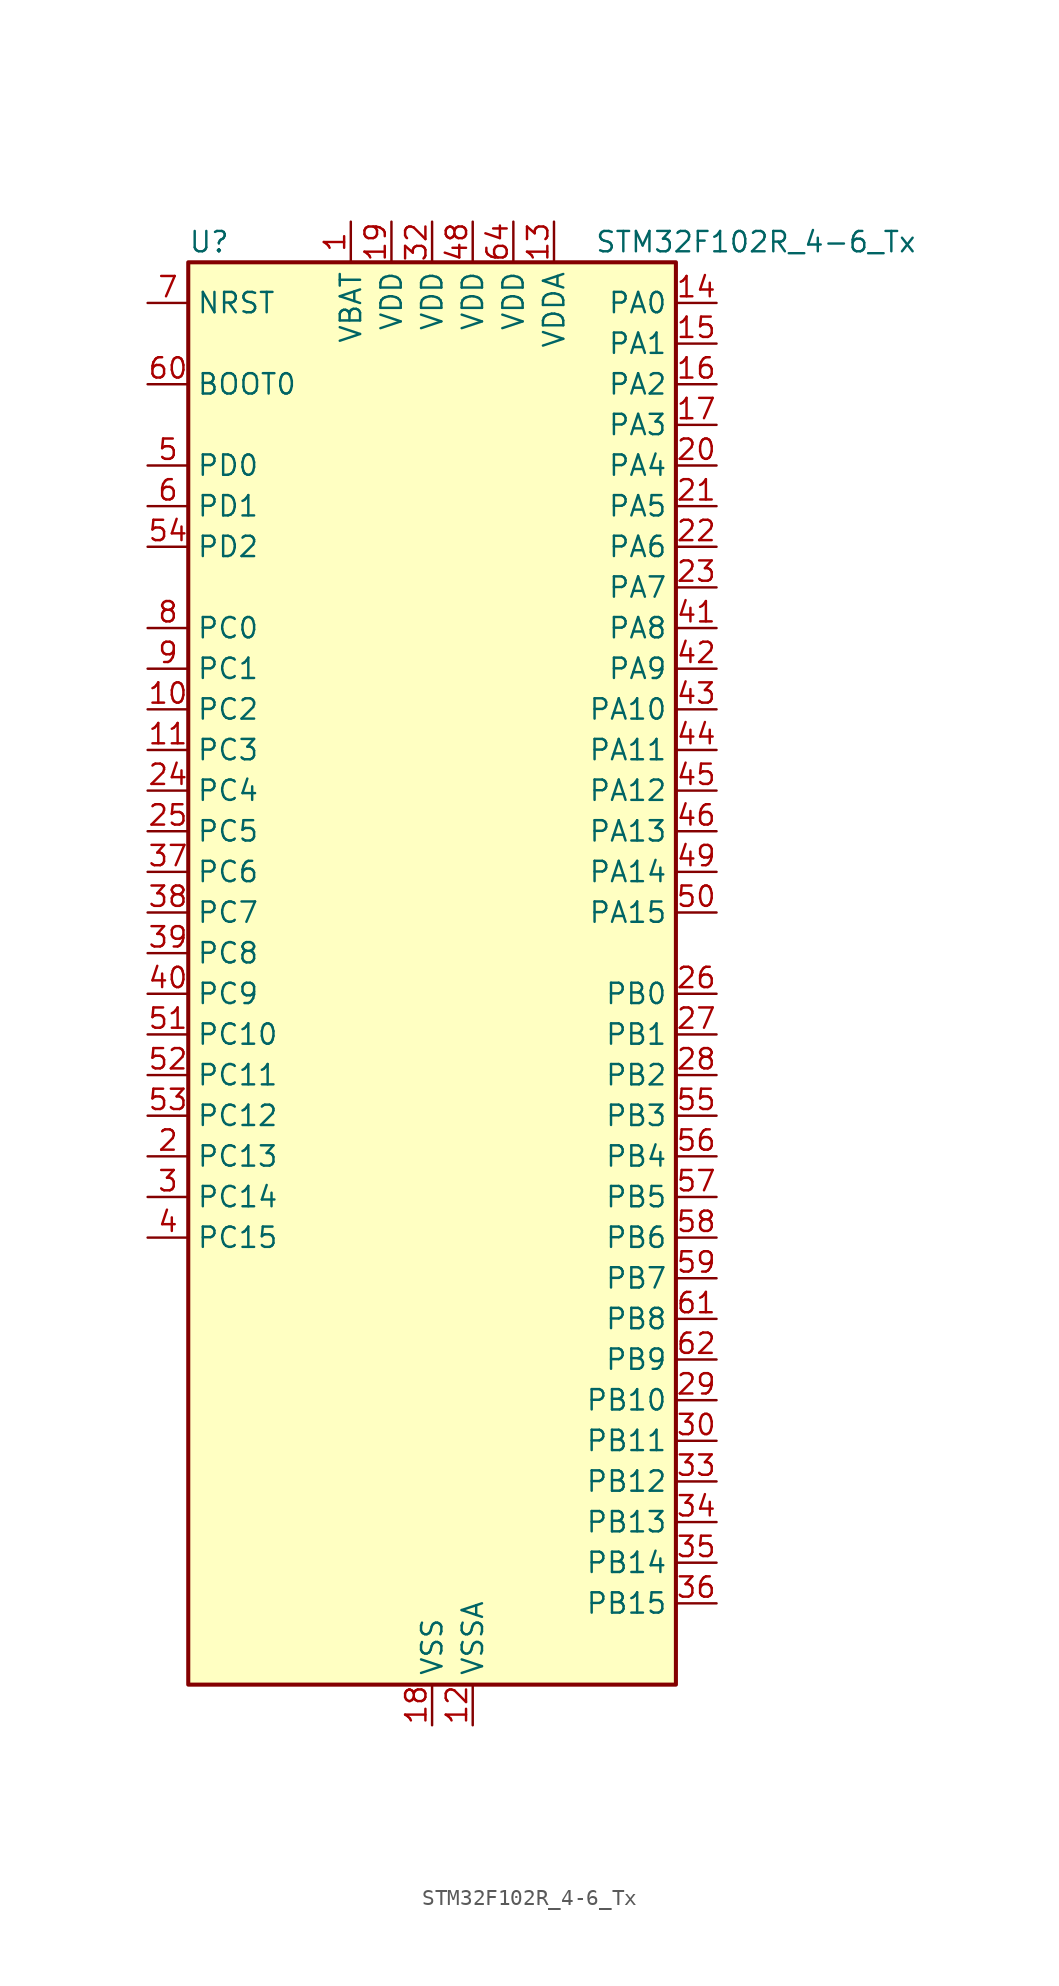
<source format=kicad_sym>
(kicad_symbol_lib
  (version 20220914)
  (generator kicad_symbol_editor)
  (symbol "STM32F102R_4-6_Tx"
    (property "Reference" "U"
      (at -15.24 46.99 0)
      (effects (font (size 1.27 1.27)) (justify left)))
    (property "Value" "STM32F102R_4-6_Tx"
      (at 10.16 46.99 0)
      (effects (font (size 1.27 1.27)) (justify left)))
    (property "ki_locked" ""
      (at 0 0 0)
      (effects (font (size 1.27 1.27))))
    (symbol "STM32F102R_4-6_Tx_0_1"
      (rectangle (start -15.24 -43.18) (end 15.24 45.72) (stroke (width 0.254) (type default)) (fill (type background))))
    (symbol "STM32F102R_4-6_Tx_1_1"
      (pin power_in line (at -5.08 48.26 270) (length 2.54) (name "VBAT" (effects (font (size 1.27 1.27)))) (number "1" (effects (font (size 1.27 1.27)))))
      (pin bidirectional line (at -17.78 17.78 0) (length 2.54) (name "PC2" (effects (font (size 1.27 1.27)))) (number "10" (effects (font (size 1.27 1.27)))) (alternate "ADC1_IN12" bidirectional line))
      (pin bidirectional line (at -17.78 15.24 0) (length 2.54) (name "PC3" (effects (font (size 1.27 1.27)))) (number "11" (effects (font (size 1.27 1.27)))) (alternate "ADC1_IN13" bidirectional line))
      (pin power_in line (at 2.54 -45.72 90) (length 2.54) (name "VSSA" (effects (font (size 1.27 1.27)))) (number "12" (effects (font (size 1.27 1.27)))))
      (pin power_in line (at 7.62 48.26 270) (length 2.54) (name "VDDA" (effects (font (size 1.27 1.27)))) (number "13" (effects (font (size 1.27 1.27)))))
      (pin bidirectional line (at 17.78 43.18 180) (length 2.54) (name "PA0" (effects (font (size 1.27 1.27)))) (number "14" (effects (font (size 1.27 1.27)))) (alternate "ADC1_IN0" bidirectional line) (alternate "SYS_WKUP" bidirectional line) (alternate "TIM2_CH1" bidirectional line) (alternate "TIM2_ETR" bidirectional line) (alternate "USART2_CTS" bidirectional line))
      (pin bidirectional line (at 17.78 40.64 180) (length 2.54) (name "PA1" (effects (font (size 1.27 1.27)))) (number "15" (effects (font (size 1.27 1.27)))) (alternate "ADC1_IN1" bidirectional line) (alternate "TIM2_CH2" bidirectional line) (alternate "USART2_RTS" bidirectional line))
      (pin bidirectional line (at 17.78 38.1 180) (length 2.54) (name "PA2" (effects (font (size 1.27 1.27)))) (number "16" (effects (font (size 1.27 1.27)))) (alternate "ADC1_IN2" bidirectional line) (alternate "TIM2_CH3" bidirectional line) (alternate "USART2_TX" bidirectional line))
      (pin bidirectional line (at 17.78 35.56 180) (length 2.54) (name "PA3" (effects (font (size 1.27 1.27)))) (number "17" (effects (font (size 1.27 1.27)))) (alternate "ADC1_IN3" bidirectional line) (alternate "TIM2_CH4" bidirectional line) (alternate "USART2_RX" bidirectional line))
      (pin power_in line (at 0 -45.72 90) (length 2.54) (name "VSS" (effects (font (size 1.27 1.27)))) (number "18" (effects (font (size 1.27 1.27)))))
      (pin power_in line (at -2.54 48.26 270) (length 2.54) (name "VDD" (effects (font (size 1.27 1.27)))) (number "19" (effects (font (size 1.27 1.27)))))
      (pin bidirectional line (at -17.78 -10.16 0) (length 2.54) (name "PC13" (effects (font (size 1.27 1.27)))) (number "2" (effects (font (size 1.27 1.27)))) (alternate "RTC_OUT" bidirectional line) (alternate "RTC_TAMPER" bidirectional line))
      (pin bidirectional line (at 17.78 33.02 180) (length 2.54) (name "PA4" (effects (font (size 1.27 1.27)))) (number "20" (effects (font (size 1.27 1.27)))) (alternate "ADC1_IN4" bidirectional line) (alternate "SPI1_NSS" bidirectional line) (alternate "USART2_CK" bidirectional line))
      (pin bidirectional line (at 17.78 30.48 180) (length 2.54) (name "PA5" (effects (font (size 1.27 1.27)))) (number "21" (effects (font (size 1.27 1.27)))) (alternate "ADC1_IN5" bidirectional line) (alternate "SPI1_SCK" bidirectional line))
      (pin bidirectional line (at 17.78 27.94 180) (length 2.54) (name "PA6" (effects (font (size 1.27 1.27)))) (number "22" (effects (font (size 1.27 1.27)))) (alternate "ADC1_IN6" bidirectional line) (alternate "SPI1_MISO" bidirectional line) (alternate "TIM3_CH1" bidirectional line))
      (pin bidirectional line (at 17.78 25.4 180) (length 2.54) (name "PA7" (effects (font (size 1.27 1.27)))) (number "23" (effects (font (size 1.27 1.27)))) (alternate "ADC1_IN7" bidirectional line) (alternate "SPI1_MOSI" bidirectional line) (alternate "TIM3_CH2" bidirectional line))
      (pin bidirectional line (at -17.78 12.7 0) (length 2.54) (name "PC4" (effects (font (size 1.27 1.27)))) (number "24" (effects (font (size 1.27 1.27)))) (alternate "ADC1_IN14" bidirectional line))
      (pin bidirectional line (at -17.78 10.16 0) (length 2.54) (name "PC5" (effects (font (size 1.27 1.27)))) (number "25" (effects (font (size 1.27 1.27)))) (alternate "ADC1_IN15" bidirectional line))
      (pin bidirectional line (at 17.78 0 180) (length 2.54) (name "PB0" (effects (font (size 1.27 1.27)))) (number "26" (effects (font (size 1.27 1.27)))) (alternate "ADC1_IN8" bidirectional line) (alternate "TIM3_CH3" bidirectional line))
      (pin bidirectional line (at 17.78 -2.54 180) (length 2.54) (name "PB1" (effects (font (size 1.27 1.27)))) (number "27" (effects (font (size 1.27 1.27)))) (alternate "ADC1_IN9" bidirectional line) (alternate "TIM3_CH4" bidirectional line))
      (pin bidirectional line (at 17.78 -5.08 180) (length 2.54) (name "PB2" (effects (font (size 1.27 1.27)))) (number "28" (effects (font (size 1.27 1.27)))))
      (pin bidirectional line (at 17.78 -25.4 180) (length 2.54) (name "PB10" (effects (font (size 1.27 1.27)))) (number "29" (effects (font (size 1.27 1.27)))) (alternate "TIM2_CH3" bidirectional line))
      (pin bidirectional line (at -17.78 -12.7 0) (length 2.54) (name "PC14" (effects (font (size 1.27 1.27)))) (number "3" (effects (font (size 1.27 1.27)))) (alternate "RCC_OSC32_IN" bidirectional line))
      (pin bidirectional line (at 17.78 -27.94 180) (length 2.54) (name "PB11" (effects (font (size 1.27 1.27)))) (number "30" (effects (font (size 1.27 1.27)))) (alternate "ADC1_EXTI11" bidirectional line) (alternate "TIM2_CH4" bidirectional line))
      (pin passive line (at 0 -45.72 90) (length 2.54) hide (name "VSS" (effects (font (size 1.27 1.27)))) (number "31" (effects (font (size 1.27 1.27)))))
      (pin power_in line (at 0 48.26 270) (length 2.54) (name "VDD" (effects (font (size 1.27 1.27)))) (number "32" (effects (font (size 1.27 1.27)))))
      (pin bidirectional line (at 17.78 -30.48 180) (length 2.54) (name "PB12" (effects (font (size 1.27 1.27)))) (number "33" (effects (font (size 1.27 1.27)))))
      (pin bidirectional line (at 17.78 -33.02 180) (length 2.54) (name "PB13" (effects (font (size 1.27 1.27)))) (number "34" (effects (font (size 1.27 1.27)))))
      (pin bidirectional line (at 17.78 -35.56 180) (length 2.54) (name "PB14" (effects (font (size 1.27 1.27)))) (number "35" (effects (font (size 1.27 1.27)))))
      (pin bidirectional line (at 17.78 -38.1 180) (length 2.54) (name "PB15" (effects (font (size 1.27 1.27)))) (number "36" (effects (font (size 1.27 1.27)))) (alternate "ADC1_EXTI15" bidirectional line))
      (pin bidirectional line (at -17.78 7.62 0) (length 2.54) (name "PC6" (effects (font (size 1.27 1.27)))) (number "37" (effects (font (size 1.27 1.27)))) (alternate "TIM3_CH1" bidirectional line))
      (pin bidirectional line (at -17.78 5.08 0) (length 2.54) (name "PC7" (effects (font (size 1.27 1.27)))) (number "38" (effects (font (size 1.27 1.27)))) (alternate "TIM3_CH2" bidirectional line))
      (pin bidirectional line (at -17.78 2.54 0) (length 2.54) (name "PC8" (effects (font (size 1.27 1.27)))) (number "39" (effects (font (size 1.27 1.27)))) (alternate "TIM3_CH3" bidirectional line))
      (pin bidirectional line (at -17.78 -15.24 0) (length 2.54) (name "PC15" (effects (font (size 1.27 1.27)))) (number "4" (effects (font (size 1.27 1.27)))) (alternate "ADC1_EXTI15" bidirectional line) (alternate "RCC_OSC32_OUT" bidirectional line))
      (pin bidirectional line (at -17.78 0 0) (length 2.54) (name "PC9" (effects (font (size 1.27 1.27)))) (number "40" (effects (font (size 1.27 1.27)))) (alternate "TIM3_CH4" bidirectional line))
      (pin bidirectional line (at 17.78 22.86 180) (length 2.54) (name "PA8" (effects (font (size 1.27 1.27)))) (number "41" (effects (font (size 1.27 1.27)))) (alternate "RCC_MCO" bidirectional line) (alternate "USART1_CK" bidirectional line))
      (pin bidirectional line (at 17.78 20.32 180) (length 2.54) (name "PA9" (effects (font (size 1.27 1.27)))) (number "42" (effects (font (size 1.27 1.27)))) (alternate "USART1_TX" bidirectional line))
      (pin bidirectional line (at 17.78 17.78 180) (length 2.54) (name "PA10" (effects (font (size 1.27 1.27)))) (number "43" (effects (font (size 1.27 1.27)))) (alternate "USART1_RX" bidirectional line))
      (pin bidirectional line (at 17.78 15.24 180) (length 2.54) (name "PA11" (effects (font (size 1.27 1.27)))) (number "44" (effects (font (size 1.27 1.27)))) (alternate "ADC1_EXTI11" bidirectional line) (alternate "USART1_CTS" bidirectional line) (alternate "USB_DM" bidirectional line))
      (pin bidirectional line (at 17.78 12.7 180) (length 2.54) (name "PA12" (effects (font (size 1.27 1.27)))) (number "45" (effects (font (size 1.27 1.27)))) (alternate "USART1_RTS" bidirectional line) (alternate "USB_DP" bidirectional line))
      (pin bidirectional line (at 17.78 10.16 180) (length 2.54) (name "PA13" (effects (font (size 1.27 1.27)))) (number "46" (effects (font (size 1.27 1.27)))) (alternate "SYS_JTMS-SWDIO" bidirectional line))
      (pin passive line (at 0 -45.72 90) (length 2.54) hide (name "VSS" (effects (font (size 1.27 1.27)))) (number "47" (effects (font (size 1.27 1.27)))))
      (pin power_in line (at 2.54 48.26 270) (length 2.54) (name "VDD" (effects (font (size 1.27 1.27)))) (number "48" (effects (font (size 1.27 1.27)))))
      (pin bidirectional line (at 17.78 7.62 180) (length 2.54) (name "PA14" (effects (font (size 1.27 1.27)))) (number "49" (effects (font (size 1.27 1.27)))) (alternate "SYS_JTCK-SWCLK" bidirectional line))
      (pin bidirectional line (at -17.78 33.02 0) (length 2.54) (name "PD0" (effects (font (size 1.27 1.27)))) (number "5" (effects (font (size 1.27 1.27)))) (alternate "RCC_OSC_IN" bidirectional line))
      (pin bidirectional line (at 17.78 5.08 180) (length 2.54) (name "PA15" (effects (font (size 1.27 1.27)))) (number "50" (effects (font (size 1.27 1.27)))) (alternate "ADC1_EXTI15" bidirectional line) (alternate "SPI1_NSS" bidirectional line) (alternate "SYS_JTDI" bidirectional line) (alternate "TIM2_CH1" bidirectional line) (alternate "TIM2_ETR" bidirectional line))
      (pin bidirectional line (at -17.78 -2.54 0) (length 2.54) (name "PC10" (effects (font (size 1.27 1.27)))) (number "51" (effects (font (size 1.27 1.27)))))
      (pin bidirectional line (at -17.78 -5.08 0) (length 2.54) (name "PC11" (effects (font (size 1.27 1.27)))) (number "52" (effects (font (size 1.27 1.27)))) (alternate "ADC1_EXTI11" bidirectional line))
      (pin bidirectional line (at -17.78 -7.62 0) (length 2.54) (name "PC12" (effects (font (size 1.27 1.27)))) (number "53" (effects (font (size 1.27 1.27)))))
      (pin bidirectional line (at -17.78 27.94 0) (length 2.54) (name "PD2" (effects (font (size 1.27 1.27)))) (number "54" (effects (font (size 1.27 1.27)))) (alternate "TIM3_ETR" bidirectional line))
      (pin bidirectional line (at 17.78 -7.62 180) (length 2.54) (name "PB3" (effects (font (size 1.27 1.27)))) (number "55" (effects (font (size 1.27 1.27)))) (alternate "SPI1_SCK" bidirectional line) (alternate "SYS_JTDO-TRACESWO" bidirectional line) (alternate "TIM2_CH2" bidirectional line))
      (pin bidirectional line (at 17.78 -10.16 180) (length 2.54) (name "PB4" (effects (font (size 1.27 1.27)))) (number "56" (effects (font (size 1.27 1.27)))) (alternate "SPI1_MISO" bidirectional line) (alternate "SYS_NJTRST" bidirectional line) (alternate "TIM3_CH1" bidirectional line))
      (pin bidirectional line (at 17.78 -12.7 180) (length 2.54) (name "PB5" (effects (font (size 1.27 1.27)))) (number "57" (effects (font (size 1.27 1.27)))) (alternate "I2C1_SMBA" bidirectional line) (alternate "SPI1_MOSI" bidirectional line) (alternate "TIM3_CH2" bidirectional line))
      (pin bidirectional line (at 17.78 -15.24 180) (length 2.54) (name "PB6" (effects (font (size 1.27 1.27)))) (number "58" (effects (font (size 1.27 1.27)))) (alternate "I2C1_SCL" bidirectional line) (alternate "USART1_TX" bidirectional line))
      (pin bidirectional line (at 17.78 -17.78 180) (length 2.54) (name "PB7" (effects (font (size 1.27 1.27)))) (number "59" (effects (font (size 1.27 1.27)))) (alternate "I2C1_SDA" bidirectional line) (alternate "USART1_RX" bidirectional line))
      (pin bidirectional line (at -17.78 30.48 0) (length 2.54) (name "PD1" (effects (font (size 1.27 1.27)))) (number "6" (effects (font (size 1.27 1.27)))) (alternate "RCC_OSC_OUT" bidirectional line))
      (pin input line (at -17.78 38.1 0) (length 2.54) (name "BOOT0" (effects (font (size 1.27 1.27)))) (number "60" (effects (font (size 1.27 1.27)))))
      (pin bidirectional line (at 17.78 -20.32 180) (length 2.54) (name "PB8" (effects (font (size 1.27 1.27)))) (number "61" (effects (font (size 1.27 1.27)))) (alternate "I2C1_SCL" bidirectional line))
      (pin bidirectional line (at 17.78 -22.86 180) (length 2.54) (name "PB9" (effects (font (size 1.27 1.27)))) (number "62" (effects (font (size 1.27 1.27)))) (alternate "I2C1_SDA" bidirectional line))
      (pin passive line (at 0 -45.72 90) (length 2.54) hide (name "VSS" (effects (font (size 1.27 1.27)))) (number "63" (effects (font (size 1.27 1.27)))))
      (pin power_in line (at 5.08 48.26 270) (length 2.54) (name "VDD" (effects (font (size 1.27 1.27)))) (number "64" (effects (font (size 1.27 1.27)))))
      (pin input line (at -17.78 43.18 0) (length 2.54) (name "NRST" (effects (font (size 1.27 1.27)))) (number "7" (effects (font (size 1.27 1.27)))))
      (pin bidirectional line (at -17.78 22.86 0) (length 2.54) (name "PC0" (effects (font (size 1.27 1.27)))) (number "8" (effects (font (size 1.27 1.27)))) (alternate "ADC1_IN10" bidirectional line))
      (pin bidirectional line (at -17.78 20.32 0) (length 2.54) (name "PC1" (effects (font (size 1.27 1.27)))) (number "9" (effects (font (size 1.27 1.27)))) (alternate "ADC1_IN11" bidirectional line)))))
</source>
